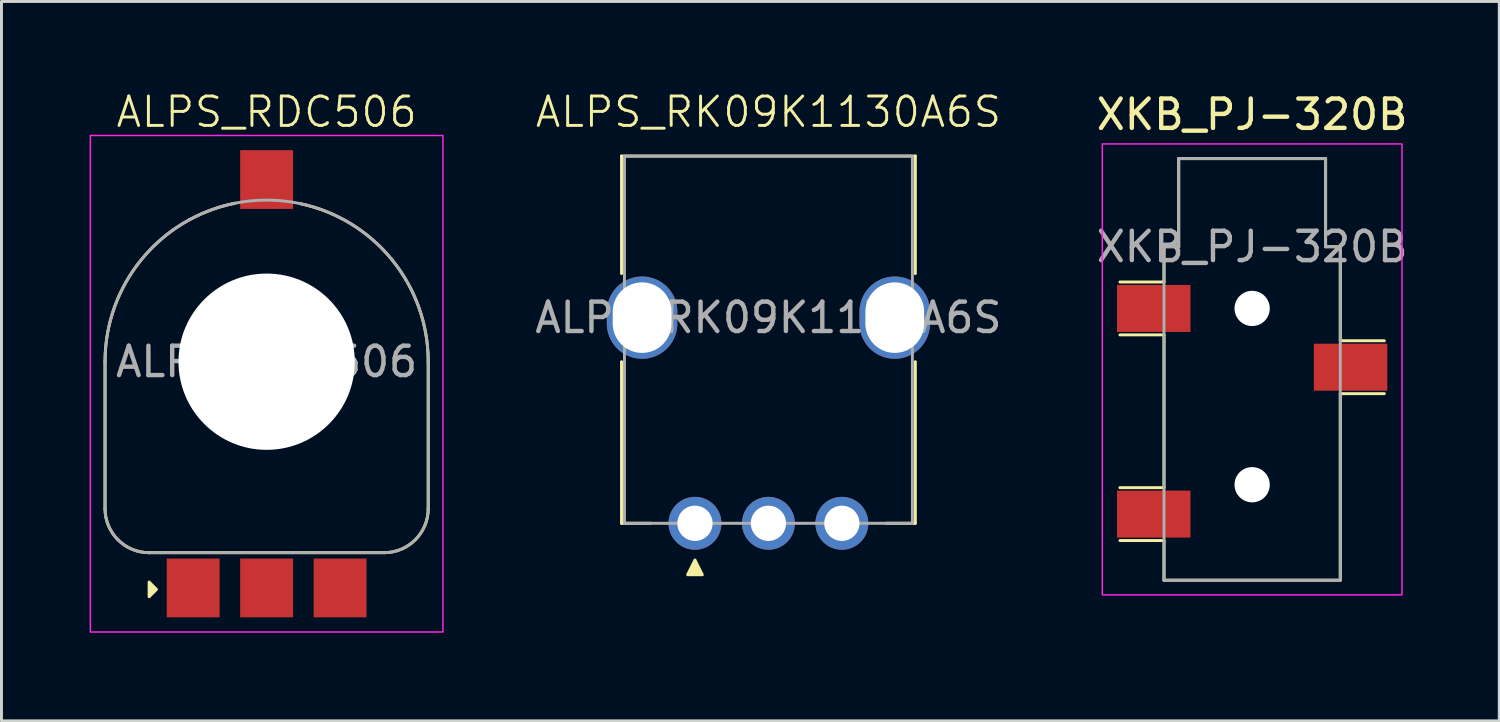
<source format=kicad_pcb>
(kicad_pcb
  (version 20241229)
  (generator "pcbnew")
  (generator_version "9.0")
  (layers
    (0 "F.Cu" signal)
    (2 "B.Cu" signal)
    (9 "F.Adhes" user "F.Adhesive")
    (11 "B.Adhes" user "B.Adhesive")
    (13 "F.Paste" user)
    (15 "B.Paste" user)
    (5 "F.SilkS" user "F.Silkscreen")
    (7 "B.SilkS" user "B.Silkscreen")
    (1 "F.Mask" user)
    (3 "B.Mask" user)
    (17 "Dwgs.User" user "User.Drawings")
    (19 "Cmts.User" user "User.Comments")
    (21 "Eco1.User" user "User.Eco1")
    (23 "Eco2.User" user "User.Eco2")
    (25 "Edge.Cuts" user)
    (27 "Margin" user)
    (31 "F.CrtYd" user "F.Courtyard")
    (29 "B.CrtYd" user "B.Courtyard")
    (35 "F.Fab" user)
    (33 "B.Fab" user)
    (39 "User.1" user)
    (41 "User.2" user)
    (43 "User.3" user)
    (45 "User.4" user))
  (footprint "ALPS_RDC506"
    (layer "F.Cu")
    (at 6.025 9.261)
    (property "Reference" "ALPS_RDC506" (at 0 -8.5 0) (unlocked yes) (layer "F.SilkS") (effects (font (size 1 1) (thickness 0.1))))
    (attr smd)
    (fp_line (start -5.5 5) (end -5.5 0) (stroke (width 0.1) (type default)) (layer "F.SilkS"))
    (fp_line (start -4 6.5) (end 4 6.5) (stroke (width 0.1) (type default)) (layer "F.SilkS"))
    (fp_line (start 5.5 5) (end 5.5 0) (stroke (width 0.1) (type default)) (layer "F.SilkS"))
    (fp_arc (start -5.5 0) (mid -4.253382 -3.486939) (end -1.078639 -5.393194) (stroke (width 0.1) (type default)) (layer "F.SilkS"))
    (fp_arc (start -4 6.5) (mid -5.06066 6.06066) (end -5.5 5) (stroke (width 0.1) (type default)) (layer "F.SilkS"))
    (fp_arc (start 1.133058 -5.382024) (mid 4.270938 -3.465414) (end 5.5 0) (stroke (width 0.1) (type default)) (layer "F.SilkS"))
    (fp_arc (start 5.5 5) (mid 5.06066 6.06066) (end 4 6.5) (stroke (width 0.1) (type default)) (layer "F.SilkS"))
    (fp_poly (pts (xy -4 7.5) (xy -4 8) (xy -3.75 7.75)) (stroke (width 0.1) (type solid)) (fill yes) (layer "F.SilkS"))
    (fp_rect (start -6 -7.7) (end 6 9.2) (stroke (width 0.05) (type default)) (fill no) (layer "F.CrtYd"))
    (fp_line (start -5.5 0) (end -5.5 5) (stroke (width 0.1) (type default)) (layer "F.Fab"))
    (fp_line (start -4 6.5) (end 4 6.5) (stroke (width 0.1) (type default)) (layer "F.Fab"))
    (fp_line (start 5.5 5) (end 5.5 0) (stroke (width 0.1) (type default)) (layer "F.Fab"))
    (fp_arc (start -5.5 0) (mid 0 -5.5) (end 5.5 0) (stroke (width 0.1) (type default)) (layer "F.Fab"))
    (fp_arc (start -4 6.5) (mid -5.06066 6.06066) (end -5.5 5) (stroke (width 0.1) (type default)) (layer "F.Fab"))
    (fp_arc (start 5.5 5) (mid 5.06066 6.06066) (end 4 6.5) (stroke (width 0.1) (type default)) (layer "F.Fab"))
    (fp_text user "${REFERENCE}" (at 0 0 0) (unlocked yes) (layer "F.Fab") (effects (font (size 1 1) (thickness 0.15))))
    (pad "" np_thru_hole circle (at 0 0) (size 6 6) (drill 6) (layers "*.Cu" "*.Mask"))
    (pad "1" smd rect (at -2.5 7.7) (size 1.8 2) (layers "F.Cu" "F.Mask" "F.Paste"))
    (pad "2" smd rect (at 0 -6.2) (size 1.8 2) (layers "F.Cu" "F.Mask" "F.Paste"))
    (pad "2" smd rect (at 0 7.7) (size 1.8 2) (layers "F.Cu" "F.Mask" "F.Paste"))
    (pad "3" smd rect (at 2.5 7.7) (size 1.8 2) (layers "F.Cu" "F.Mask" "F.Paste")))
  (footprint "XKB_PJ-320B"
    (layer "F.Cu")
    (at 39.568 5.348)
    (property "Reference" "XKB_PJ-320B" (at 0 -4.5 0) (layer "F.SilkS") (effects (font (size 1 1) (thickness 0.15))))
    (attr smd)
    (fp_line (start -4.5 1.2) (end -3 1.2) (stroke (width 0.1) (type default)) (layer "F.SilkS"))
    (fp_line (start -4.5 3) (end -3 3) (stroke (width 0.1) (type default)) (layer "F.SilkS"))
    (fp_line (start -4.5 10) (end -3 10) (stroke (width 0.1) (type default)) (layer "F.SilkS"))
    (fp_line (start -3 0) (end -2.5 0) (stroke (width 0.1) (type default)) (layer "F.SilkS"))
    (fp_line (start -3 1.2) (end -3 0) (stroke (width 0.1) (type default)) (layer "F.SilkS"))
    (fp_line (start -3 3) (end -3 8.2) (stroke (width 0.1) (type default)) (layer "F.SilkS"))
    (fp_line (start -3 8.2) (end -4.5 8.2) (stroke (width 0.1) (type default)) (layer "F.SilkS"))
    (fp_line (start -3 10) (end -3 11.35) (stroke (width 0.1) (type default)) (layer "F.SilkS"))
    (fp_line (start -3 11.35) (end 3 11.35) (stroke (width 0.1) (type default)) (layer "F.SilkS"))
    (fp_line (start -2.5 -3) (end 2.5 -3) (stroke (width 0.1) (type default)) (layer "F.SilkS"))
    (fp_line (start -2.5 0) (end -2.5 -3) (stroke (width 0.1) (type default)) (layer "F.SilkS"))
    (fp_line (start 2.5 -3) (end 2.5 0) (stroke (width 0.1) (type default)) (layer "F.SilkS"))
    (fp_line (start 2.5 0) (end 3 0) (stroke (width 0.1) (type default)) (layer "F.SilkS"))
    (fp_line (start 3 0) (end 3 3.2) (stroke (width 0.1) (type default)) (layer "F.SilkS"))
    (fp_line (start 3 3.2) (end 4.5 3.2) (stroke (width 0.1) (type default)) (layer "F.SilkS"))
    (fp_line (start 3 5) (end 4.5 5) (stroke (width 0.1) (type default)) (layer "F.SilkS"))
    (fp_line (start 3 11.35) (end 3 5) (stroke (width 0.1) (type default)) (layer "F.SilkS"))
    (fp_rect (start -5.1 -3.5) (end 5.1 11.85) (stroke (width 0.05) (type default)) (fill no) (layer "F.CrtYd"))
    (fp_line (start -3 0) (end -2.5 0) (stroke (width 0.1) (type solid)) (layer "F.Fab"))
    (fp_line (start -3 11.35) (end -3 0) (stroke (width 0.1) (type solid)) (layer "F.Fab"))
    (fp_line (start -2.5 -3) (end 2.5 -3) (stroke (width 0.1) (type solid)) (layer "F.Fab"))
    (fp_line (start -2.5 0) (end -2.5 -3) (stroke (width 0.1) (type solid)) (layer "F.Fab"))
    (fp_line (start 2.5 -3) (end 2.5 0) (stroke (width 0.1) (type solid)) (layer "F.Fab"))
    (fp_line (start 2.5 0) (end 3 0) (stroke (width 0.1) (type solid)) (layer "F.Fab"))
    (fp_line (start 3 0) (end 3 11.35) (stroke (width 0.1) (type solid)) (layer "F.Fab"))
    (fp_line (start 3 11.35) (end -3 11.35) (stroke (width 0.1) (type solid)) (layer "F.Fab"))
    (fp_text user "${REFERENCE}" (at 0 0 0) (layer "F.Fab") (effects (font (size 1 1) (thickness 0.15))))
    (pad "" np_thru_hole circle (at 0 2.1) (size 1.2 1.2) (drill 1.2) (layers "*.Cu" "*.Mask"))
    (pad "" np_thru_hole circle (at 0 8.1) (size 1.2 1.2) (drill 1.2) (layers "*.Cu" "*.Mask"))
    (pad "R" smd rect (at 3.35 4.1) (size 2.5 1.6) (layers "F.Cu" "F.Mask" "F.Paste"))
    (pad "S" smd rect (at -3.35 2.1) (size 2.5 1.6) (layers "F.Cu" "F.Mask" "F.Paste"))
    (pad "T" smd rect (at -3.35 9.1) (size 2.5 1.6) (layers "F.Cu" "F.Mask" "F.Paste")))
  (footprint "ALPS_RK09K1130A6S"
    (layer "F.Cu")
    (at 23.104 14.761)
    (property "Reference" "ALPS_RK09K1130A6S" (at 0 -14 0) (unlocked yes) (layer "F.SilkS") (effects (font (size 1 1) (thickness 0.1))))
    (attr through_hole)
    (fp_line (start -5 -12.5) (end -5 -8.5) (stroke (width 0.1) (type default)) (layer "F.SilkS"))
    (fp_line (start -5 -12.5) (end 5 -12.5) (stroke (width 0.1) (type default)) (layer "F.SilkS"))
    (fp_line (start -5 -5.5) (end -5 0) (stroke (width 0.1) (type default)) (layer "F.SilkS"))
    (fp_line (start -5 0) (end -4 0) (stroke (width 0.1) (type default)) (layer "F.SilkS"))
    (fp_line (start 4 0) (end 5 0) (stroke (width 0.1) (type default)) (layer "F.SilkS"))
    (fp_line (start 5 -12.5) (end 5 -8.5) (stroke (width 0.1) (type default)) (layer "F.SilkS"))
    (fp_line (start 5 0) (end 5 -5.5) (stroke (width 0.1) (type default)) (layer "F.SilkS"))
    (fp_poly (pts (xy -2.25 1.75) (xy -2.5 1.25) (xy -2.75 1.75)) (stroke (width 0.1) (type solid)) (fill yes) (layer "F.SilkS"))
    (fp_rect (start -4.9 -12.5) (end 4.9 0) (stroke (width 0.1) (type default)) (fill no) (layer "F.Fab"))
    (fp_text user "${REFERENCE}" (at 0 -7 0) (unlocked yes) (layer "F.Fab") (effects (font (size 1 1) (thickness 0.15))))
    (pad "" thru_hole oval (at -4.3 -7) (size 2.4 2.8) (drill oval 2 2.4) (layers "*.Cu" "*.Mask"))
    (pad "" thru_hole oval (at 4.3 -7) (size 2.4 2.8) (drill oval 2 2.4) (layers "*.Cu" "*.Mask"))
    (pad "1" thru_hole circle (at -2.5 0) (size 1.8 1.8) (drill 1.2) (layers "*.Cu" "*.Mask"))
    (pad "2" thru_hole circle (at 0 0) (size 1.8 1.8) (drill 1.2) (layers "*.Cu" "*.Mask"))
    (pad "3" thru_hole circle (at 2.5 0) (size 1.8 1.8) (drill 1.2) (layers "*.Cu" "*.Mask")))
  (gr_rect
    (start -3 -3)
    (end 47.979 21.485)
    (stroke (width 0.1) (type default))
    (fill no)
    (layer "Edge.Cuts")))
</source>
